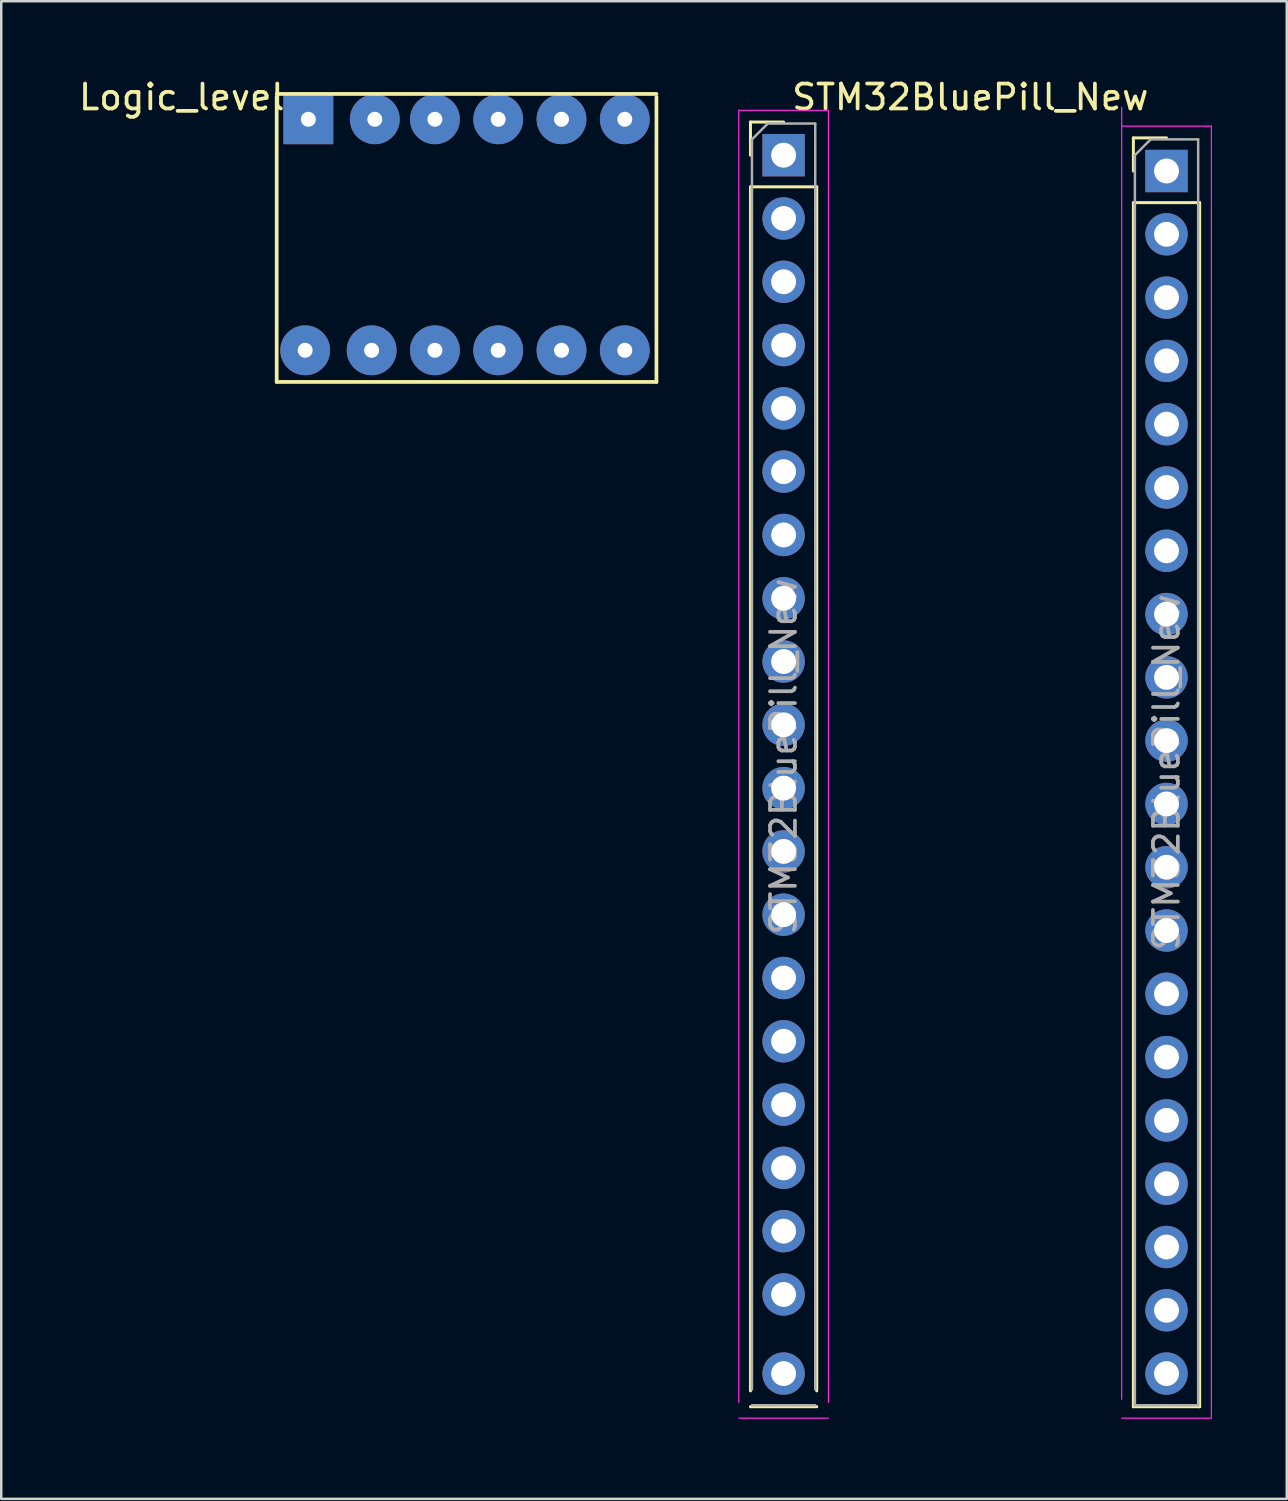
<source format=kicad_pcb>
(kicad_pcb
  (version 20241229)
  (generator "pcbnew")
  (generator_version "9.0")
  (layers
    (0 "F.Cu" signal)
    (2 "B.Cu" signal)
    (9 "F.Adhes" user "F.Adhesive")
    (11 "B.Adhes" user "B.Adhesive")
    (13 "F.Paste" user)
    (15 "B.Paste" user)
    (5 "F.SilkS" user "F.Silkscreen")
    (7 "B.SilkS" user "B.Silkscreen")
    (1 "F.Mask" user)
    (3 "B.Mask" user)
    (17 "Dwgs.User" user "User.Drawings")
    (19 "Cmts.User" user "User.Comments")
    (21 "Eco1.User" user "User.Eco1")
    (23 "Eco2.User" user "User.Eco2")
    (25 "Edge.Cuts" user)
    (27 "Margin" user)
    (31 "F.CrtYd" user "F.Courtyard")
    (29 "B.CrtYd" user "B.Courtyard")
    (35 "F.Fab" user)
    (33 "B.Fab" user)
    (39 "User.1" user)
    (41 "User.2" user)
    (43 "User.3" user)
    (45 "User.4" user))
  (footprint "STM32BluePill_New"
    (layer "F.Cu")
    (at 26.619 53.851)
    (property "Reference" "STM32BluePill_New" (at 9.271 -53.003 0) (layer "F.SilkS") (effects (font (size 1 1) (thickness 0.15))))
    (attr through_hole)
    (fp_line (start 0.448 -52.003) (end 1.778 -52.003) (stroke (width 0.12) (type solid)) (layer "F.SilkS"))
    (fp_line (start 0.448 -50.673) (end 0.448 -52.003) (stroke (width 0.12) (type solid)) (layer "F.SilkS"))
    (fp_line (start 0.448 -49.403) (end 0.448 -1.083) (stroke (width 0.12) (type solid)) (layer "F.SilkS"))
    (fp_line (start 0.448 -49.403) (end 3.108 -49.403) (stroke (width 0.12) (type solid)) (layer "F.SilkS"))
    (fp_line (start 0.448 -0.448) (end 3.108 -0.448) (stroke (width 0.12) (type solid)) (layer "F.SilkS"))
    (fp_line (start 3.108 -49.403) (end 3.108 -1.083) (stroke (width 0.12) (type solid)) (layer "F.SilkS"))
    (fp_line (start 15.815 -51.368) (end 17.145 -51.368) (stroke (width 0.12) (type solid)) (layer "F.SilkS"))
    (fp_line (start 15.815 -50.038) (end 15.815 -51.368) (stroke (width 0.12) (type solid)) (layer "F.SilkS"))
    (fp_line (start 15.815 -48.768) (end 15.815 -0.448) (stroke (width 0.12) (type solid)) (layer "F.SilkS"))
    (fp_line (start 15.815 -48.768) (end 18.475 -48.768) (stroke (width 0.12) (type solid)) (layer "F.SilkS"))
    (fp_line (start 15.815 -0.448) (end 18.475 -0.448) (stroke (width 0.12) (type solid)) (layer "F.SilkS"))
    (fp_line (start 18.475 -48.768) (end 18.475 -0.448) (stroke (width 0.12) (type solid)) (layer "F.SilkS"))
    (fp_line (start -0.022 -52.473) (end -0.022 -0.623) (stroke (width 0.05) (type solid)) (layer "F.CrtYd"))
    (fp_line (start -0.022 0.012) (end 3.578 0.012) (stroke (width 0.05) (type solid)) (layer "F.CrtYd"))
    (fp_line (start 3.578 -52.473) (end -0.022 -52.473) (stroke (width 0.05) (type solid)) (layer "F.CrtYd"))
    (fp_line (start 3.578 -0.623) (end 3.578 -52.473) (stroke (width 0.05) (type solid)) (layer "F.CrtYd"))
    (fp_line (start 15.345 -52.6) (end 15.345 -0.75) (stroke (width 0.05) (type solid)) (layer "F.CrtYd"))
    (fp_line (start 15.345 0.012) (end 18.945 0.012) (stroke (width 0.05) (type solid)) (layer "F.CrtYd"))
    (fp_line (start 18.945 -51.838) (end 15.345 -51.838) (stroke (width 0.05) (type solid)) (layer "F.CrtYd"))
    (fp_line (start 18.945 0.012) (end 18.945 -51.838) (stroke (width 0.05) (type solid)) (layer "F.CrtYd"))
    (fp_line (start 0.508 -51.308) (end 1.143 -51.943) (stroke (width 0.1) (type solid)) (layer "F.Fab"))
    (fp_line (start 0.508 -1.143) (end 0.508 -51.308) (stroke (width 0.1) (type solid)) (layer "F.Fab"))
    (fp_line (start 1.143 -51.943) (end 3.048 -51.943) (stroke (width 0.1) (type solid)) (layer "F.Fab"))
    (fp_line (start 3.048 -51.943) (end 3.048 -1.143) (stroke (width 0.1) (type solid)) (layer "F.Fab"))
    (fp_line (start 3.048 -0.508) (end 0.508 -0.508) (stroke (width 0.1) (type solid)) (layer "F.Fab"))
    (fp_line (start 15.875 -50.673) (end 16.51 -51.308) (stroke (width 0.1) (type solid)) (layer "F.Fab"))
    (fp_line (start 15.875 -0.508) (end 15.875 -50.673) (stroke (width 0.1) (type solid)) (layer "F.Fab"))
    (fp_line (start 16.51 -51.308) (end 18.415 -51.308) (stroke (width 0.1) (type solid)) (layer "F.Fab"))
    (fp_line (start 18.415 -51.308) (end 18.415 -0.508) (stroke (width 0.1) (type solid)) (layer "F.Fab"))
    (fp_line (start 18.415 -0.508) (end 15.875 -0.508) (stroke (width 0.1) (type solid)) (layer "F.Fab"))
    (fp_text user "${REFERENCE}" (at 17.145 -25.908 90) (layer "F.Fab") (effects (font (size 1 1) (thickness 0.15))))
    (fp_text user "${REFERENCE}" (at 1.778 -26.543 90) (layer "F.Fab") (effects (font (size 1 1) (thickness 0.15))))
    (pad "1" thru_hole rect (at 1.778 -50.673) (size 1.7 1.7) (drill 1) (layers "*.Cu" "*.Mask"))
    (pad "1" thru_hole rect (at 17.145 -50.038) (size 1.7 1.7) (drill 1) (layers "*.Cu" "*.Mask"))
    (pad "2" thru_hole oval (at 1.778 -48.133) (size 1.7 1.7) (drill 1) (layers "*.Cu" "*.Mask"))
    (pad "2" thru_hole oval (at 17.145 -47.498) (size 1.7 1.7) (drill 1) (layers "*.Cu" "*.Mask"))
    (pad "3" thru_hole oval (at 1.778 -45.593) (size 1.7 1.7) (drill 1) (layers "*.Cu" "*.Mask"))
    (pad "3" thru_hole oval (at 17.145 -44.958) (size 1.7 1.7) (drill 1) (layers "*.Cu" "*.Mask"))
    (pad "4" thru_hole oval (at 1.778 -43.053) (size 1.7 1.7) (drill 1) (layers "*.Cu" "*.Mask"))
    (pad "4" thru_hole oval (at 17.145 -42.418) (size 1.7 1.7) (drill 1) (layers "*.Cu" "*.Mask"))
    (pad "5" thru_hole oval (at 1.778 -40.513) (size 1.7 1.7) (drill 1) (layers "*.Cu" "*.Mask"))
    (pad "5" thru_hole oval (at 17.145 -39.878) (size 1.7 1.7) (drill 1) (layers "*.Cu" "*.Mask"))
    (pad "6" thru_hole oval (at 1.778 -37.973) (size 1.7 1.7) (drill 1) (layers "*.Cu" "*.Mask"))
    (pad "6" thru_hole oval (at 17.145 -37.338) (size 1.7 1.7) (drill 1) (layers "*.Cu" "*.Mask"))
    (pad "7" thru_hole oval (at 1.778 -35.433) (size 1.7 1.7) (drill 1) (layers "*.Cu" "*.Mask"))
    (pad "7" thru_hole oval (at 17.145 -34.798) (size 1.7 1.7) (drill 1) (layers "*.Cu" "*.Mask"))
    (pad "8" thru_hole oval (at 1.778 -32.893) (size 1.7 1.7) (drill 1) (layers "*.Cu" "*.Mask"))
    (pad "8" thru_hole oval (at 17.145 -32.258) (size 1.7 1.7) (drill 1) (layers "*.Cu" "*.Mask"))
    (pad "9" thru_hole oval (at 1.778 -30.353) (size 1.7 1.7) (drill 1) (layers "*.Cu" "*.Mask"))
    (pad "9" thru_hole oval (at 17.145 -29.718) (size 1.7 1.7) (drill 1) (layers "*.Cu" "*.Mask"))
    (pad "10" thru_hole oval (at 1.778 -27.813) (size 1.7 1.7) (drill 1) (layers "*.Cu" "*.Mask"))
    (pad "10" thru_hole oval (at 17.145 -27.178) (size 1.7 1.7) (drill 1) (layers "*.Cu" "*.Mask"))
    (pad "11" thru_hole oval (at 1.778 -25.273) (size 1.7 1.7) (drill 1) (layers "*.Cu" "*.Mask"))
    (pad "11" thru_hole oval (at 17.145 -24.638) (size 1.7 1.7) (drill 1) (layers "*.Cu" "*.Mask"))
    (pad "12" thru_hole oval (at 1.778 -22.733) (size 1.7 1.7) (drill 1) (layers "*.Cu" "*.Mask"))
    (pad "12" thru_hole oval (at 17.145 -22.098) (size 1.7 1.7) (drill 1) (layers "*.Cu" "*.Mask"))
    (pad "13" thru_hole oval (at 1.778 -20.193) (size 1.7 1.7) (drill 1) (layers "*.Cu" "*.Mask"))
    (pad "13" thru_hole oval (at 17.145 -19.558) (size 1.7 1.7) (drill 1) (layers "*.Cu" "*.Mask"))
    (pad "14" thru_hole oval (at 1.778 -17.653) (size 1.7 1.7) (drill 1) (layers "*.Cu" "*.Mask"))
    (pad "14" thru_hole oval (at 17.145 -17.018) (size 1.7 1.7) (drill 1) (layers "*.Cu" "*.Mask"))
    (pad "15" thru_hole oval (at 1.778 -15.113) (size 1.7 1.7) (drill 1) (layers "*.Cu" "*.Mask"))
    (pad "15" thru_hole oval (at 17.145 -14.478) (size 1.7 1.7) (drill 1) (layers "*.Cu" "*.Mask"))
    (pad "16" thru_hole oval (at 1.778 -12.573) (size 1.7 1.7) (drill 1) (layers "*.Cu" "*.Mask"))
    (pad "16" thru_hole oval (at 17.145 -11.938) (size 1.7 1.7) (drill 1) (layers "*.Cu" "*.Mask"))
    (pad "17" thru_hole oval (at 1.778 -10.033) (size 1.7 1.7) (drill 1) (layers "*.Cu" "*.Mask"))
    (pad "17" thru_hole oval (at 17.145 -9.398) (size 1.7 1.7) (drill 1) (layers "*.Cu" "*.Mask"))
    (pad "18" thru_hole oval (at 1.778 -7.493) (size 1.7 1.7) (drill 1) (layers "*.Cu" "*.Mask"))
    (pad "18" thru_hole oval (at 17.145 -6.858) (size 1.7 1.7) (drill 1) (layers "*.Cu" "*.Mask"))
    (pad "19" thru_hole oval (at 1.778 -4.953) (size 1.7 1.7) (drill 1) (layers "*.Cu" "*.Mask"))
    (pad "19" thru_hole oval (at 17.145 -4.318) (size 1.7 1.7) (drill 1) (layers "*.Cu" "*.Mask"))
    (pad "20" thru_hole oval (at 1.778 -1.778) (size 1.7 1.7) (drill 1) (layers "*.Cu" "*.Mask"))
    (pad "20" thru_hole oval (at 17.145 -1.778) (size 1.7 1.7) (drill 1) (layers "*.Cu" "*.Mask")))
  (footprint "Logic_level"
    (layer "F.Cu")
    (at 15.674 7.198)
    (property "Reference" "Logic_level" (at -11.43 -6.35 0) (layer "F.SilkS") (effects (font (size 1 1) (thickness 0.15))))
    (attr through_hole)
    (fp_line (start -7.62 -6.35) (end -7.62 5.08) (stroke (width 0.15) (type solid)) (layer "F.SilkS"))
    (fp_line (start -7.62 5.08) (end 7.62 5.08) (stroke (width 0.15) (type solid)) (layer "F.SilkS"))
    (fp_line (start 7.62 -6.477) (end -7.62 -6.477) (stroke (width 0.15) (type solid)) (layer "F.SilkS"))
    (fp_line (start 7.62 5.08) (end 7.62 -6.35) (stroke (width 0.15) (type solid)) (layer "F.SilkS"))
    (pad "1" thru_hole rect (at -6.35 -5.461) (size 2 2) (drill 0.6) (layers "*.Cu" "*.Mask"))
    (pad "2" thru_hole circle (at -3.683 -5.461) (size 2 2) (drill 0.6) (layers "*.Cu" "*.Mask"))
    (pad "3" thru_hole circle (at 3.81 -5.461) (size 2 2) (drill 0.6) (layers "*.Cu" "*.Mask"))
    (pad "3V3" thru_hole circle (at -1.27 3.81) (size 2 2) (drill 0.6) (layers "*.Cu" "*.Mask"))
    (pad "4" thru_hole circle (at 6.35 -5.461) (size 2 2) (drill 0.6) (layers "*.Cu" "*.Mask"))
    (pad "5" thru_hole circle (at -6.477 3.81) (size 2 2) (drill 0.6) (layers "*.Cu" "*.Mask"))
    (pad "5V" thru_hole circle (at -1.27 -5.461) (size 2 2) (drill 0.6) (layers "*.Cu" "*.Mask"))
    (pad "6" thru_hole circle (at -3.81 3.81) (size 2 2) (drill 0.6) (layers "*.Cu" "*.Mask"))
    (pad "7" thru_hole circle (at 3.81 3.81) (size 2 2) (drill 0.6) (layers "*.Cu" "*.Mask"))
    (pad "8" thru_hole circle (at 6.35 3.81) (size 2 2) (drill 0.6) (layers "*.Cu" "*.Mask"))
    (pad "GND" thru_hole circle (at 1.27 -5.461) (size 2 2) (drill 0.6) (layers "*.Cu" "*.Mask"))
    (pad "GND" thru_hole circle (at 1.27 3.81) (size 2 2) (drill 0.6) (layers "*.Cu" "*.Mask")))
  (gr_rect
    (start -3 -3)
    (end 48.589 57.101)
    (stroke (width 0.1) (type default))
    (fill no)
    (layer "Edge.Cuts")))
</source>
